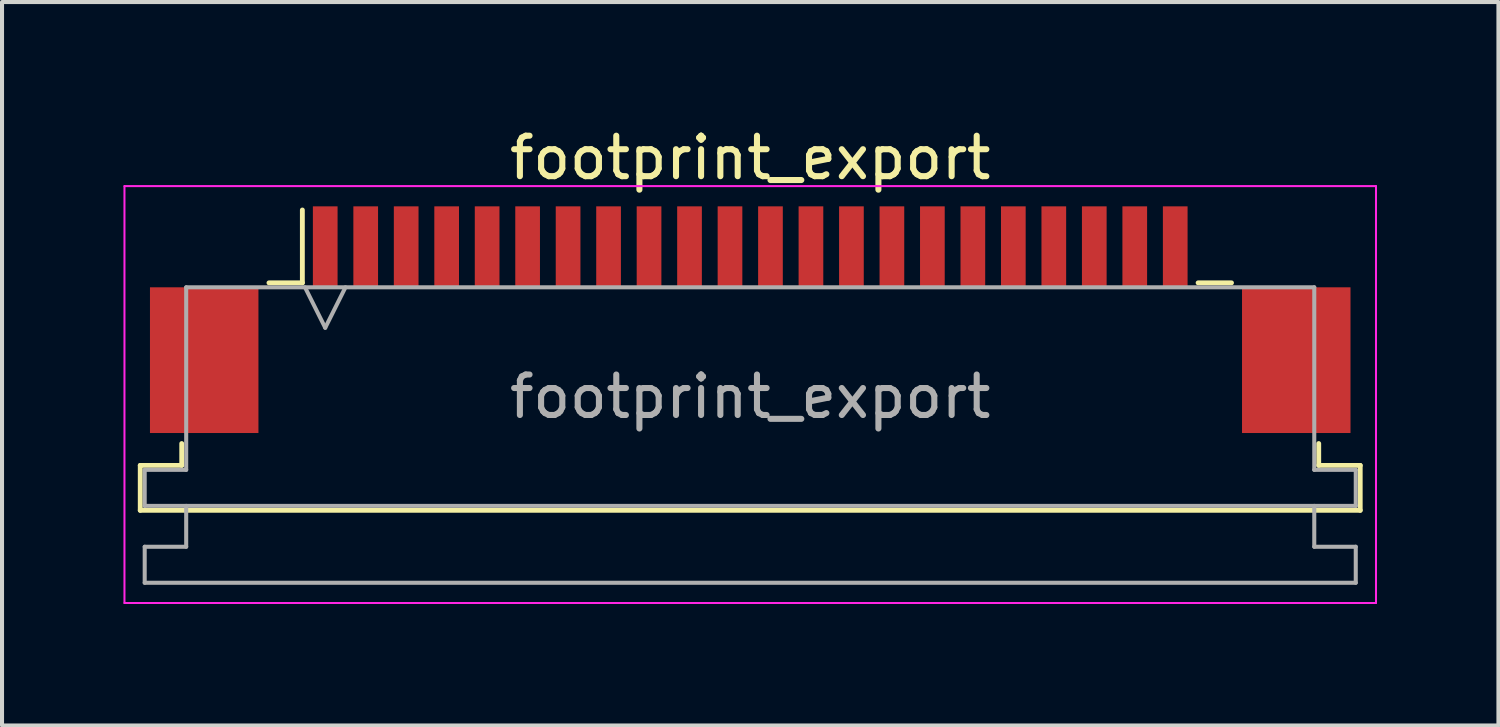
<source format=kicad_pcb>
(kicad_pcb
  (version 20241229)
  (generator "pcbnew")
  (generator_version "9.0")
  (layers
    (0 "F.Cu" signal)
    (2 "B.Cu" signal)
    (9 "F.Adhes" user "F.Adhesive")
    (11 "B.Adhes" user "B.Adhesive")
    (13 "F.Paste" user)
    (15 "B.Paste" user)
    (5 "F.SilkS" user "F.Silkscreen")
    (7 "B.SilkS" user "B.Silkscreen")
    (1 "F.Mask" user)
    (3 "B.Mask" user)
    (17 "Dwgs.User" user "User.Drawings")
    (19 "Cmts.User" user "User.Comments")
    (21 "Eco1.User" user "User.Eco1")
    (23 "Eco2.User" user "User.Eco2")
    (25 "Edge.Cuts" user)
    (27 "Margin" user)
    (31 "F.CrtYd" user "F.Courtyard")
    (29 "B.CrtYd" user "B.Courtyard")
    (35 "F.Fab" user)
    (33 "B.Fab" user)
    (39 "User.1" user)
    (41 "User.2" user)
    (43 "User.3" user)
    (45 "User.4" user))
  (footprint "footprint_export"
    (layer "F.Cu")
    (at 15.485 4.848)
    (property "Reference" "footprint_export" (at 0 -4 0) (layer "F.SilkS") (effects (font (size 1 1) (thickness 0.15))))
    (attr smd)
    (fp_line (start -15.07 3.6) (end -14.045 3.6) (stroke (width 0.12) (type solid)) (layer "F.SilkS"))
    (fp_line (start -15.07 4.71) (end -15.07 3.6) (stroke (width 0.12) (type solid)) (layer "F.SilkS"))
    (fp_line (start -14.045 3.6) (end -14.045 3.06) (stroke (width 0.12) (type solid)) (layer "F.SilkS"))
    (fp_line (start -11.89 -0.91) (end -11.065 -0.91) (stroke (width 0.12) (type solid)) (layer "F.SilkS"))
    (fp_line (start -11.065 -0.91) (end -11.065 -2.71) (stroke (width 0.12) (type solid)) (layer "F.SilkS"))
    (fp_line (start 11.065 -0.91) (end 11.89 -0.91) (stroke (width 0.12) (type solid)) (layer "F.SilkS"))
    (fp_line (start 14.045 3.06) (end 14.045 3.6) (stroke (width 0.12) (type solid)) (layer "F.SilkS"))
    (fp_line (start 14.045 3.6) (end 15.07 3.6) (stroke (width 0.12) (type solid)) (layer "F.SilkS"))
    (fp_line (start 15.07 3.6) (end 15.07 4.71) (stroke (width 0.12) (type solid)) (layer "F.SilkS"))
    (fp_line (start 15.07 4.71) (end -15.07 4.71) (stroke (width 0.12) (type solid)) (layer "F.SilkS"))
    (fp_line (start -15.46 -3.3) (end -15.46 7) (stroke (width 0.05) (type solid)) (layer "F.CrtYd"))
    (fp_line (start -15.46 7) (end 15.46 7) (stroke (width 0.05) (type solid)) (layer "F.CrtYd"))
    (fp_line (start 15.46 -3.3) (end -15.46 -3.3) (stroke (width 0.05) (type solid)) (layer "F.CrtYd"))
    (fp_line (start 15.46 7) (end 15.46 -3.3) (stroke (width 0.05) (type solid)) (layer "F.CrtYd"))
    (fp_line (start -14.96 3.71) (end -13.935 3.71) (stroke (width 0.1) (type solid)) (layer "F.Fab"))
    (fp_line (start -14.96 4.6) (end -14.96 3.71) (stroke (width 0.1) (type solid)) (layer "F.Fab"))
    (fp_line (start -14.96 5.61) (end -13.935 5.61) (stroke (width 0.1) (type solid)) (layer "F.Fab"))
    (fp_line (start -14.96 6.5) (end -14.96 5.61) (stroke (width 0.1) (type solid)) (layer "F.Fab"))
    (fp_line (start -13.935 -0.8) (end 13.935 -0.8) (stroke (width 0.1) (type solid)) (layer "F.Fab"))
    (fp_line (start -13.935 3.71) (end -13.935 -0.8) (stroke (width 0.1) (type solid)) (layer "F.Fab"))
    (fp_line (start -13.935 5.61) (end -13.935 4.6) (stroke (width 0.1) (type solid)) (layer "F.Fab"))
    (fp_line (start -11 -0.8) (end -10.5 0.2) (stroke (width 0.1) (type solid)) (layer "F.Fab"))
    (fp_line (start -10.5 0.2) (end -10 -0.8) (stroke (width 0.1) (type solid)) (layer "F.Fab"))
    (fp_line (start 13.935 -0.8) (end 13.935 3.71) (stroke (width 0.1) (type solid)) (layer "F.Fab"))
    (fp_line (start 13.935 3.71) (end 14.96 3.71) (stroke (width 0.1) (type solid)) (layer "F.Fab"))
    (fp_line (start 13.935 4.6) (end 13.935 5.61) (stroke (width 0.1) (type solid)) (layer "F.Fab"))
    (fp_line (start 13.935 5.61) (end 14.96 5.61) (stroke (width 0.1) (type solid)) (layer "F.Fab"))
    (fp_line (start 14.96 3.71) (end 14.96 4.6) (stroke (width 0.1) (type solid)) (layer "F.Fab"))
    (fp_line (start 14.96 4.6) (end -14.96 4.6) (stroke (width 0.1) (type solid)) (layer "F.Fab"))
    (fp_line (start 14.96 5.61) (end 14.96 6.5) (stroke (width 0.1) (type solid)) (layer "F.Fab"))
    (fp_line (start 14.96 6.5) (end -14.96 6.5) (stroke (width 0.1) (type solid)) (layer "F.Fab"))
    (fp_text user "${REFERENCE}" (at 0 1.9 0) (layer "F.Fab") (effects (font (size 1 1) (thickness 0.15))))
    (pad "1" smd rect (at -10.5 -1.8) (size 0.61 2) (layers "F.Cu" "F.Mask" "F.Paste"))
    (pad "2" smd rect (at -9.5 -1.8) (size 0.61 2) (layers "F.Cu" "F.Mask" "F.Paste"))
    (pad "3" smd rect (at -8.5 -1.8) (size 0.61 2) (layers "F.Cu" "F.Mask" "F.Paste"))
    (pad "4" smd rect (at -7.5 -1.8) (size 0.61 2) (layers "F.Cu" "F.Mask" "F.Paste"))
    (pad "5" smd rect (at -6.5 -1.8) (size 0.61 2) (layers "F.Cu" "F.Mask" "F.Paste"))
    (pad "6" smd rect (at -5.5 -1.8) (size 0.61 2) (layers "F.Cu" "F.Mask" "F.Paste"))
    (pad "7" smd rect (at -4.5 -1.8) (size 0.61 2) (layers "F.Cu" "F.Mask" "F.Paste"))
    (pad "8" smd rect (at -3.5 -1.8) (size 0.61 2) (layers "F.Cu" "F.Mask" "F.Paste"))
    (pad "9" smd rect (at -2.5 -1.8) (size 0.61 2) (layers "F.Cu" "F.Mask" "F.Paste"))
    (pad "10" smd rect (at -1.5 -1.8) (size 0.61 2) (layers "F.Cu" "F.Mask" "F.Paste"))
    (pad "11" smd rect (at -0.5 -1.8) (size 0.61 2) (layers "F.Cu" "F.Mask" "F.Paste"))
    (pad "12" smd rect (at 0.5 -1.8) (size 0.61 2) (layers "F.Cu" "F.Mask" "F.Paste"))
    (pad "13" smd rect (at 1.5 -1.8) (size 0.61 2) (layers "F.Cu" "F.Mask" "F.Paste"))
    (pad "14" smd rect (at 2.5 -1.8) (size 0.61 2) (layers "F.Cu" "F.Mask" "F.Paste"))
    (pad "15" smd rect (at 3.5 -1.8) (size 0.61 2) (layers "F.Cu" "F.Mask" "F.Paste"))
    (pad "16" smd rect (at 4.5 -1.8) (size 0.61 2) (layers "F.Cu" "F.Mask" "F.Paste"))
    (pad "17" smd rect (at 5.5 -1.8) (size 0.61 2) (layers "F.Cu" "F.Mask" "F.Paste"))
    (pad "18" smd rect (at 6.5 -1.8) (size 0.61 2) (layers "F.Cu" "F.Mask" "F.Paste"))
    (pad "19" smd rect (at 7.5 -1.8) (size 0.61 2) (layers "F.Cu" "F.Mask" "F.Paste"))
    (pad "20" smd rect (at 8.5 -1.8) (size 0.61 2) (layers "F.Cu" "F.Mask" "F.Paste"))
    (pad "21" smd rect (at 9.5 -1.8) (size 0.61 2) (layers "F.Cu" "F.Mask" "F.Paste"))
    (pad "22" smd rect (at 10.5 -1.8) (size 0.61 2) (layers "F.Cu" "F.Mask" "F.Paste"))
    (pad "MP" smd rect (at -13.49 1) (size 2.68 3.6) (layers "F.Cu" "F.Mask" "F.Paste"))
    (pad "MP" smd rect (at 13.49 1) (size 2.68 3.6) (layers "F.Cu" "F.Mask" "F.Paste")))
  (gr_rect
    (start -3 -3)
    (end 33.97 14.873)
    (stroke (width 0.1) (type default))
    (fill no)
    (layer "Edge.Cuts")))
</source>
